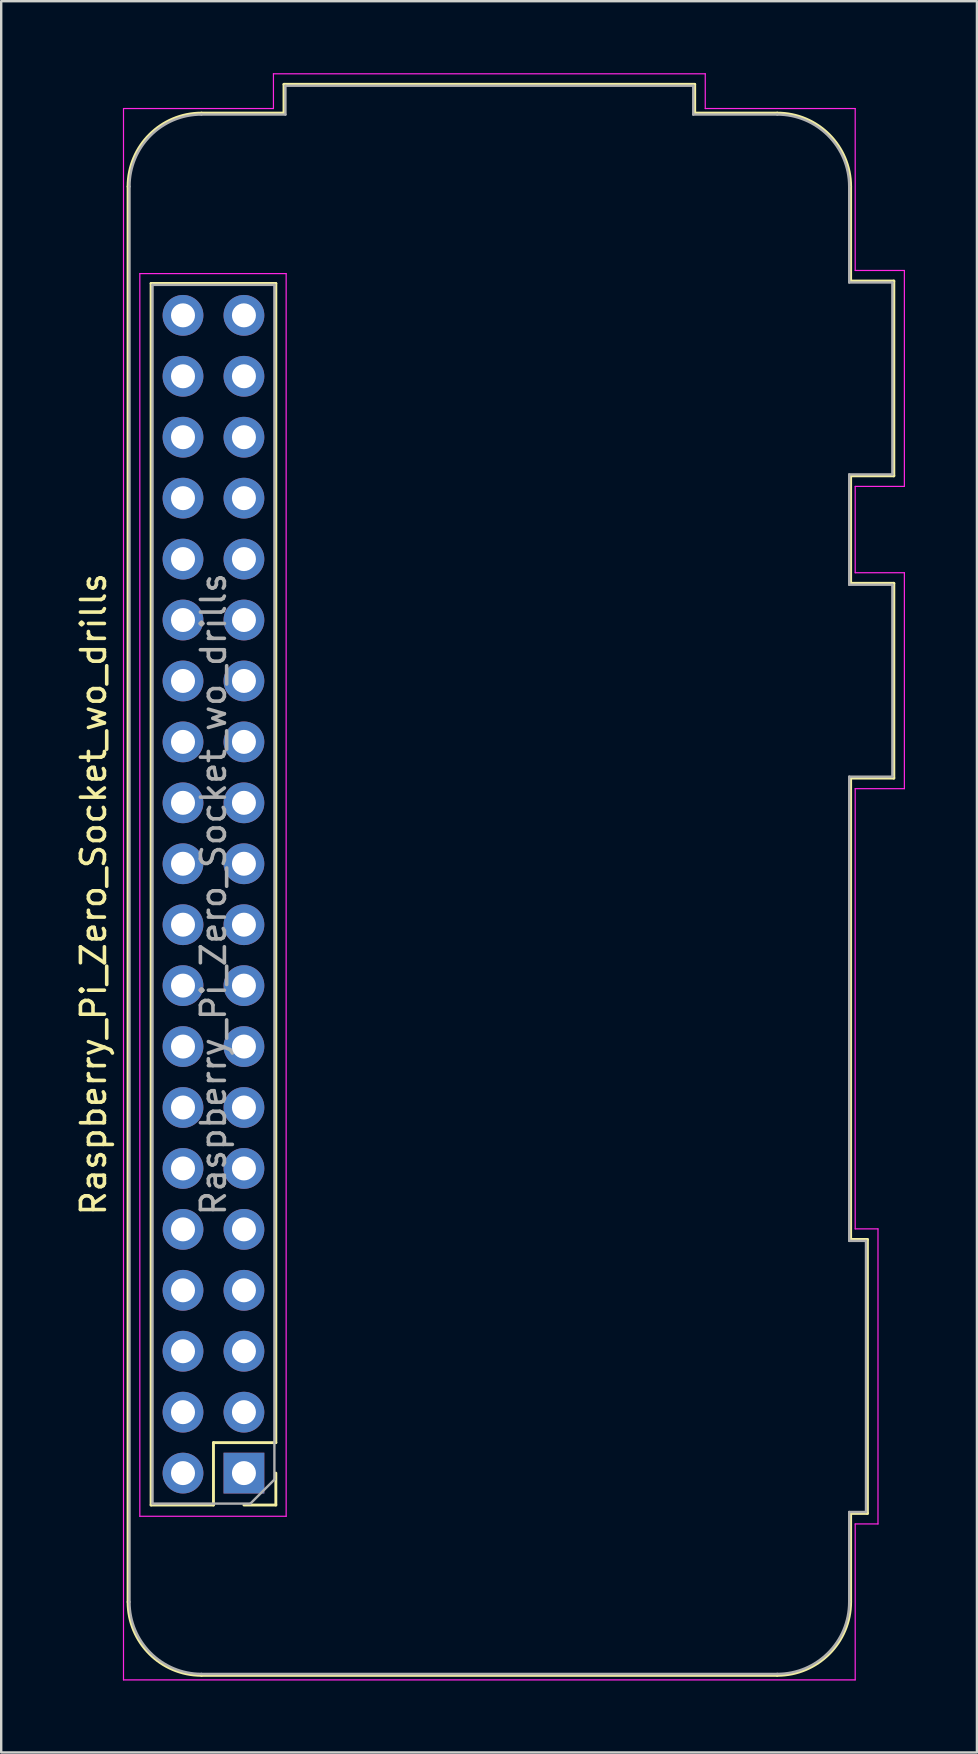
<source format=kicad_pcb>
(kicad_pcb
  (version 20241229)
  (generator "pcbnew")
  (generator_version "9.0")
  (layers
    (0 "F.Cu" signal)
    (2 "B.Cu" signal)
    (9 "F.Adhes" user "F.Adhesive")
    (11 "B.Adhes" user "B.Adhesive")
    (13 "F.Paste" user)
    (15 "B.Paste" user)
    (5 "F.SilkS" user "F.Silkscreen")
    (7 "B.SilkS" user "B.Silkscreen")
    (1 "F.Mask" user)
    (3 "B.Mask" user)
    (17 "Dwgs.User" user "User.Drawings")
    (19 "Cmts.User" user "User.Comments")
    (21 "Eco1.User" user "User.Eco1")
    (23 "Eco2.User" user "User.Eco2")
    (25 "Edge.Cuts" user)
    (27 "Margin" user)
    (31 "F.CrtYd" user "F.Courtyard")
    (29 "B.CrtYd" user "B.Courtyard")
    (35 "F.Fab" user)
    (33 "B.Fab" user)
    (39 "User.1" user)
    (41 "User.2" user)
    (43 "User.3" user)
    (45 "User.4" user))
  (footprint "Raspberry_Pi_Zero_Socket_wo_drills"
    (layer "F.Cu")
    (at 7.118 8.355)
    (property "Reference" "Raspberry_Pi_Zero_Socket_wo_drills" (at -6.27 25.87 90) (layer "F.SilkS") (effects (font (size 1 1) (thickness 0.15))))
    (attr through_hole)
    (fp_line (start -4.83 -3.63) (end -4.83 55.37) (stroke (width 0.12) (type solid)) (layer "F.SilkS"))
    (fp_line (start -3.87 0.41) (end 1.33 0.41) (stroke (width 0.12) (type solid)) (layer "F.SilkS"))
    (fp_line (start -3.87 51.33) (end -3.87 0.41) (stroke (width 0.12) (type solid)) (layer "F.SilkS"))
    (fp_line (start -3.87 51.33) (end -1.27 51.33) (stroke (width 0.12) (type solid)) (layer "F.SilkS"))
    (fp_line (start -1.77 58.43) (end 22.23 58.43) (stroke (width 0.12) (type solid)) (layer "F.SilkS"))
    (fp_line (start -1.27 48.73) (end 1.33 48.73) (stroke (width 0.12) (type solid)) (layer "F.SilkS"))
    (fp_line (start -1.27 51.33) (end -1.27 48.73) (stroke (width 0.12) (type solid)) (layer "F.SilkS"))
    (fp_line (start 0 51.33) (end 1.33 51.33) (stroke (width 0.12) (type solid)) (layer "F.SilkS"))
    (fp_line (start 1.33 48.73) (end 1.33 0.41) (stroke (width 0.12) (type solid)) (layer "F.SilkS"))
    (fp_line (start 1.33 51.33) (end 1.33 50) (stroke (width 0.12) (type solid)) (layer "F.SilkS"))
    (fp_line (start 1.67 -7.89) (end 18.79 -7.89) (stroke (width 0.12) (type solid)) (layer "F.SilkS"))
    (fp_line (start 1.67 -6.69) (end -1.77 -6.69) (stroke (width 0.12) (type solid)) (layer "F.SilkS"))
    (fp_line (start 1.67 -6.69) (end 1.67 -7.89) (stroke (width 0.12) (type solid)) (layer "F.SilkS"))
    (fp_line (start 18.79 -7.89) (end 18.79 -6.69) (stroke (width 0.12) (type solid)) (layer "F.SilkS"))
    (fp_line (start 18.79 -6.69) (end 22.23 -6.69) (stroke (width 0.12) (type solid)) (layer "F.SilkS"))
    (fp_line (start 25.29 -3.63) (end 25.29 0.31) (stroke (width 0.12) (type solid)) (layer "F.SilkS"))
    (fp_line (start 25.29 0.31) (end 27.09 0.31) (stroke (width 0.12) (type solid)) (layer "F.SilkS"))
    (fp_line (start 25.29 8.43) (end 25.29 12.91) (stroke (width 0.12) (type solid)) (layer "F.SilkS"))
    (fp_line (start 25.29 12.91) (end 27.09 12.91) (stroke (width 0.12) (type solid)) (layer "F.SilkS"))
    (fp_line (start 25.29 21.03) (end 25.29 40.26) (stroke (width 0.12) (type solid)) (layer "F.SilkS"))
    (fp_line (start 25.29 40.26) (end 25.99 40.26) (stroke (width 0.12) (type solid)) (layer "F.SilkS"))
    (fp_line (start 25.29 51.68) (end 25.29 55.37) (stroke (width 0.12) (type solid)) (layer "F.SilkS"))
    (fp_line (start 25.99 40.26) (end 25.99 51.68) (stroke (width 0.12) (type solid)) (layer "F.SilkS"))
    (fp_line (start 25.99 51.68) (end 25.29 51.68) (stroke (width 0.12) (type solid)) (layer "F.SilkS"))
    (fp_line (start 27.09 0.31) (end 27.09 8.43) (stroke (width 0.12) (type solid)) (layer "F.SilkS"))
    (fp_line (start 27.09 8.43) (end 25.29 8.43) (stroke (width 0.12) (type solid)) (layer "F.SilkS"))
    (fp_line (start 27.09 12.91) (end 27.09 21.03) (stroke (width 0.12) (type solid)) (layer "F.SilkS"))
    (fp_line (start 27.09 21.03) (end 25.29 21.03) (stroke (width 0.12) (type solid)) (layer "F.SilkS"))
    (fp_arc (start -4.83 -3.63) (mid -3.933747 -5.793747) (end -1.77 -6.69) (stroke (width 0.12) (type solid)) (layer "F.SilkS"))
    (fp_arc (start -1.77 58.43) (mid -3.933747 57.533747) (end -4.83 55.37) (stroke (width 0.12) (type solid)) (layer "F.SilkS"))
    (fp_arc (start 22.23 -6.69) (mid 24.393747 -5.793747) (end 25.29 -3.63) (stroke (width 0.12) (type solid)) (layer "F.SilkS"))
    (fp_arc (start 25.29 55.37) (mid 24.393747 57.533747) (end 22.23 58.43) (stroke (width 0.12) (type solid)) (layer "F.SilkS"))
    (fp_line (start -5.02 -6.88) (end -5.02 58.62) (stroke (width 0.05) (type solid)) (layer "F.CrtYd"))
    (fp_line (start -5.02 -6.88) (end 1.23 -6.88) (stroke (width 0.05) (type solid)) (layer "F.CrtYd"))
    (fp_line (start -5.02 58.62) (end 25.48 58.62) (stroke (width 0.05) (type solid)) (layer "F.CrtYd"))
    (fp_line (start -4.34 0) (end -4.34 51.8) (stroke (width 0.05) (type solid)) (layer "F.CrtYd"))
    (fp_line (start -4.34 51.8) (end 1.76 51.8) (stroke (width 0.05) (type solid)) (layer "F.CrtYd"))
    (fp_line (start 1.23 -8.33) (end 1.23 -6.88) (stroke (width 0.05) (type solid)) (layer "F.CrtYd"))
    (fp_line (start 1.76 0) (end -4.34 0) (stroke (width 0.05) (type solid)) (layer "F.CrtYd"))
    (fp_line (start 1.76 51.8) (end 1.76 0) (stroke (width 0.05) (type solid)) (layer "F.CrtYd"))
    (fp_line (start 19.23 -8.33) (end 1.23 -8.33) (stroke (width 0.05) (type solid)) (layer "F.CrtYd"))
    (fp_line (start 19.23 -8.33) (end 19.23 -6.88) (stroke (width 0.05) (type solid)) (layer "F.CrtYd"))
    (fp_line (start 19.23 -6.88) (end 25.48 -6.88) (stroke (width 0.05) (type solid)) (layer "F.CrtYd"))
    (fp_line (start 25.48 -0.13) (end 25.48 -6.88) (stroke (width 0.05) (type solid)) (layer "F.CrtYd"))
    (fp_line (start 25.48 12.47) (end 25.48 8.87) (stroke (width 0.05) (type solid)) (layer "F.CrtYd"))
    (fp_line (start 25.48 21.47) (end 25.48 39.82) (stroke (width 0.05) (type solid)) (layer "F.CrtYd"))
    (fp_line (start 25.48 52.12) (end 25.48 58.62) (stroke (width 0.05) (type solid)) (layer "F.CrtYd"))
    (fp_line (start 26.43 39.82) (end 25.48 39.82) (stroke (width 0.05) (type solid)) (layer "F.CrtYd"))
    (fp_line (start 26.43 52.12) (end 25.48 52.12) (stroke (width 0.05) (type solid)) (layer "F.CrtYd"))
    (fp_line (start 26.43 52.12) (end 26.43 39.82) (stroke (width 0.05) (type solid)) (layer "F.CrtYd"))
    (fp_line (start 27.53 -0.13) (end 25.48 -0.13) (stroke (width 0.05) (type solid)) (layer "F.CrtYd"))
    (fp_line (start 27.53 -0.13) (end 27.53 8.87) (stroke (width 0.05) (type solid)) (layer "F.CrtYd"))
    (fp_line (start 27.53 8.87) (end 25.48 8.87) (stroke (width 0.05) (type solid)) (layer "F.CrtYd"))
    (fp_line (start 27.53 12.47) (end 25.48 12.47) (stroke (width 0.05) (type solid)) (layer "F.CrtYd"))
    (fp_line (start 27.53 12.47) (end 27.53 21.47) (stroke (width 0.05) (type solid)) (layer "F.CrtYd"))
    (fp_line (start 27.53 21.47) (end 25.48 21.47) (stroke (width 0.05) (type solid)) (layer "F.CrtYd"))
    (fp_line (start -4.77 -3.63) (end -4.77 55.37) (stroke (width 0.1) (type solid)) (layer "F.Fab"))
    (fp_line (start -3.81 0.47) (end -3.81 51.27) (stroke (width 0.1) (type solid)) (layer "F.Fab"))
    (fp_line (start -3.81 51.27) (end 0.27 51.27) (stroke (width 0.1) (type solid)) (layer "F.Fab"))
    (fp_line (start -1.77 -6.63) (end 1.73 -6.63) (stroke (width 0.1) (type solid)) (layer "F.Fab"))
    (fp_line (start -1.77 58.37) (end 22.23 58.37) (stroke (width 0.1) (type solid)) (layer "F.Fab"))
    (fp_line (start 0.27 51.27) (end 1.27 50.27) (stroke (width 0.1) (type solid)) (layer "F.Fab"))
    (fp_line (start 1.27 0.47) (end -3.81 0.47) (stroke (width 0.1) (type solid)) (layer "F.Fab"))
    (fp_line (start 1.27 50.27) (end 1.27 0.47) (stroke (width 0.1) (type solid)) (layer "F.Fab"))
    (fp_line (start 1.73 -7.83) (end 18.73 -7.83) (stroke (width 0.1) (type solid)) (layer "F.Fab"))
    (fp_line (start 1.73 -6.63) (end 1.73 -7.83) (stroke (width 0.1) (type solid)) (layer "F.Fab"))
    (fp_line (start 18.73 -6.63) (end 18.73 -7.83) (stroke (width 0.1) (type solid)) (layer "F.Fab"))
    (fp_line (start 22.23 -6.63) (end 18.73 -6.63) (stroke (width 0.1) (type solid)) (layer "F.Fab"))
    (fp_line (start 25.23 0.37) (end 25.23 -3.63) (stroke (width 0.1) (type solid)) (layer "F.Fab"))
    (fp_line (start 25.23 0.37) (end 27.03 0.37) (stroke (width 0.1) (type solid)) (layer "F.Fab"))
    (fp_line (start 25.23 8.37) (end 25.23 12.97) (stroke (width 0.1) (type solid)) (layer "F.Fab"))
    (fp_line (start 25.23 12.97) (end 27.03 12.97) (stroke (width 0.1) (type solid)) (layer "F.Fab"))
    (fp_line (start 25.23 20.97) (end 25.23 40.32) (stroke (width 0.1) (type solid)) (layer "F.Fab"))
    (fp_line (start 25.23 40.32) (end 25.93 40.32) (stroke (width 0.1) (type solid)) (layer "F.Fab"))
    (fp_line (start 25.23 51.62) (end 25.23 55.37) (stroke (width 0.1) (type solid)) (layer "F.Fab"))
    (fp_line (start 25.23 51.62) (end 25.93 51.62) (stroke (width 0.1) (type solid)) (layer "F.Fab"))
    (fp_line (start 25.93 40.32) (end 25.93 51.62) (stroke (width 0.1) (type solid)) (layer "F.Fab"))
    (fp_line (start 27.03 0.37) (end 27.03 8.37) (stroke (width 0.1) (type solid)) (layer "F.Fab"))
    (fp_line (start 27.03 8.37) (end 25.23 8.37) (stroke (width 0.1) (type solid)) (layer "F.Fab"))
    (fp_line (start 27.03 12.97) (end 27.03 20.97) (stroke (width 0.1) (type solid)) (layer "F.Fab"))
    (fp_line (start 27.03 20.97) (end 25.23 20.97) (stroke (width 0.1) (type solid)) (layer "F.Fab"))
    (fp_arc (start -4.77 -3.63) (mid -3.89132 -5.75132) (end -1.77 -6.63) (stroke (width 0.1) (type solid)) (layer "F.Fab"))
    (fp_arc (start -1.77 58.37) (mid -3.89132 57.49132) (end -4.77 55.37) (stroke (width 0.1) (type solid)) (layer "F.Fab"))
    (fp_arc (start 22.23 -6.63) (mid 24.35132 -5.75132) (end 25.23 -3.63) (stroke (width 0.1) (type solid)) (layer "F.Fab"))
    (fp_arc (start 25.23 55.37) (mid 24.35132 57.49132) (end 22.23 58.37) (stroke (width 0.1) (type solid)) (layer "F.Fab"))
    (fp_text user "${REFERENCE}" (at -1.27 25.87 90) (layer "F.Fab") (effects (font (size 1 1) (thickness 0.15))))
    (pad "1" thru_hole rect (at 0 50) (size 1.7 1.7) (drill 1) (layers "*.Cu" "*.Mask"))
    (pad "2" thru_hole oval (at -2.54 50) (size 1.7 1.7) (drill 1) (layers "*.Cu" "*.Mask"))
    (pad "3" thru_hole oval (at 0 47.46) (size 1.7 1.7) (drill 1) (layers "*.Cu" "*.Mask"))
    (pad "4" thru_hole oval (at -2.54 47.46) (size 1.7 1.7) (drill 1) (layers "*.Cu" "*.Mask"))
    (pad "5" thru_hole oval (at 0 44.92) (size 1.7 1.7) (drill 1) (layers "*.Cu" "*.Mask"))
    (pad "6" thru_hole oval (at -2.54 44.92) (size 1.7 1.7) (drill 1) (layers "*.Cu" "*.Mask"))
    (pad "7" thru_hole oval (at 0 42.38) (size 1.7 1.7) (drill 1) (layers "*.Cu" "*.Mask"))
    (pad "8" thru_hole oval (at -2.54 42.38) (size 1.7 1.7) (drill 1) (layers "*.Cu" "*.Mask"))
    (pad "9" thru_hole oval (at 0 39.84) (size 1.7 1.7) (drill 1) (layers "*.Cu" "*.Mask"))
    (pad "10" thru_hole oval (at -2.54 39.84) (size 1.7 1.7) (drill 1) (layers "*.Cu" "*.Mask"))
    (pad "11" thru_hole oval (at 0 37.3) (size 1.7 1.7) (drill 1) (layers "*.Cu" "*.Mask"))
    (pad "12" thru_hole oval (at -2.54 37.3) (size 1.7 1.7) (drill 1) (layers "*.Cu" "*.Mask"))
    (pad "13" thru_hole oval (at 0 34.76) (size 1.7 1.7) (drill 1) (layers "*.Cu" "*.Mask"))
    (pad "14" thru_hole oval (at -2.54 34.76) (size 1.7 1.7) (drill 1) (layers "*.Cu" "*.Mask"))
    (pad "15" thru_hole oval (at 0 32.22) (size 1.7 1.7) (drill 1) (layers "*.Cu" "*.Mask"))
    (pad "16" thru_hole oval (at -2.54 32.22) (size 1.7 1.7) (drill 1) (layers "*.Cu" "*.Mask"))
    (pad "17" thru_hole oval (at 0 29.68) (size 1.7 1.7) (drill 1) (layers "*.Cu" "*.Mask"))
    (pad "18" thru_hole oval (at -2.54 29.68) (size 1.7 1.7) (drill 1) (layers "*.Cu" "*.Mask"))
    (pad "19" thru_hole oval (at 0 27.14) (size 1.7 1.7) (drill 1) (layers "*.Cu" "*.Mask"))
    (pad "20" thru_hole oval (at -2.54 27.14) (size 1.7 1.7) (drill 1) (layers "*.Cu" "*.Mask"))
    (pad "21" thru_hole oval (at 0 24.6) (size 1.7 1.7) (drill 1) (layers "*.Cu" "*.Mask"))
    (pad "22" thru_hole oval (at -2.54 24.6) (size 1.7 1.7) (drill 1) (layers "*.Cu" "*.Mask"))
    (pad "23" thru_hole oval (at 0 22.06) (size 1.7 1.7) (drill 1) (layers "*.Cu" "*.Mask"))
    (pad "24" thru_hole oval (at -2.54 22.06) (size 1.7 1.7) (drill 1) (layers "*.Cu" "*.Mask"))
    (pad "25" thru_hole oval (at 0 19.52) (size 1.7 1.7) (drill 1) (layers "*.Cu" "*.Mask"))
    (pad "26" thru_hole oval (at -2.54 19.52) (size 1.7 1.7) (drill 1) (layers "*.Cu" "*.Mask"))
    (pad "27" thru_hole oval (at 0 16.98) (size 1.7 1.7) (drill 1) (layers "*.Cu" "*.Mask"))
    (pad "28" thru_hole oval (at -2.54 16.98) (size 1.7 1.7) (drill 1) (layers "*.Cu" "*.Mask"))
    (pad "29" thru_hole oval (at 0 14.44) (size 1.7 1.7) (drill 1) (layers "*.Cu" "*.Mask"))
    (pad "30" thru_hole oval (at -2.54 14.44) (size 1.7 1.7) (drill 1) (layers "*.Cu" "*.Mask"))
    (pad "31" thru_hole oval (at 0 11.9) (size 1.7 1.7) (drill 1) (layers "*.Cu" "*.Mask"))
    (pad "32" thru_hole oval (at -2.54 11.9) (size 1.7 1.7) (drill 1) (layers "*.Cu" "*.Mask"))
    (pad "33" thru_hole oval (at 0 9.36) (size 1.7 1.7) (drill 1) (layers "*.Cu" "*.Mask"))
    (pad "34" thru_hole oval (at -2.54 9.36) (size 1.7 1.7) (drill 1) (layers "*.Cu" "*.Mask"))
    (pad "35" thru_hole oval (at 0 6.82) (size 1.7 1.7) (drill 1) (layers "*.Cu" "*.Mask"))
    (pad "36" thru_hole oval (at -2.54 6.82) (size 1.7 1.7) (drill 1) (layers "*.Cu" "*.Mask"))
    (pad "37" thru_hole oval (at 0 4.28) (size 1.7 1.7) (drill 1) (layers "*.Cu" "*.Mask"))
    (pad "38" thru_hole oval (at -2.54 4.28) (size 1.7 1.7) (drill 1) (layers "*.Cu" "*.Mask"))
    (pad "39" thru_hole oval (at 0 1.74) (size 1.7 1.7) (drill 1) (layers "*.Cu" "*.Mask"))
    (pad "40" thru_hole oval (at -2.54 1.74) (size 1.7 1.7) (drill 1) (layers "*.Cu" "*.Mask")))
  (gr_rect
    (start -3 -3)
    (end 37.673 70)
    (stroke (width 0.1) (type default))
    (fill no)
    (layer "Edge.Cuts")))
</source>
